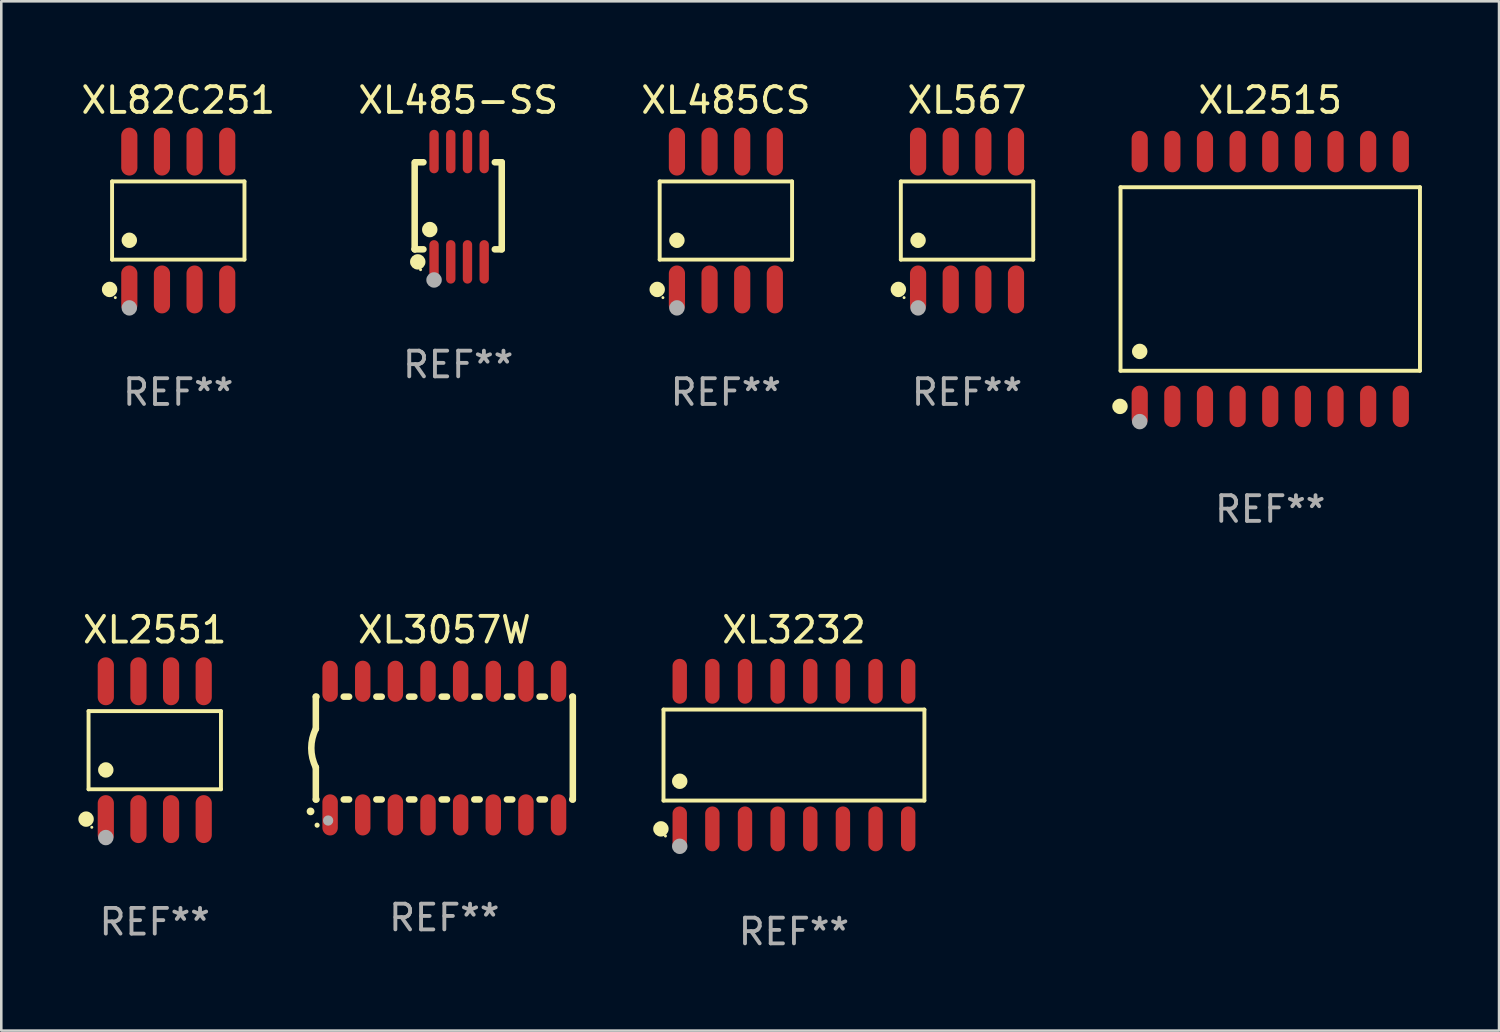
<source format=kicad_pcb>
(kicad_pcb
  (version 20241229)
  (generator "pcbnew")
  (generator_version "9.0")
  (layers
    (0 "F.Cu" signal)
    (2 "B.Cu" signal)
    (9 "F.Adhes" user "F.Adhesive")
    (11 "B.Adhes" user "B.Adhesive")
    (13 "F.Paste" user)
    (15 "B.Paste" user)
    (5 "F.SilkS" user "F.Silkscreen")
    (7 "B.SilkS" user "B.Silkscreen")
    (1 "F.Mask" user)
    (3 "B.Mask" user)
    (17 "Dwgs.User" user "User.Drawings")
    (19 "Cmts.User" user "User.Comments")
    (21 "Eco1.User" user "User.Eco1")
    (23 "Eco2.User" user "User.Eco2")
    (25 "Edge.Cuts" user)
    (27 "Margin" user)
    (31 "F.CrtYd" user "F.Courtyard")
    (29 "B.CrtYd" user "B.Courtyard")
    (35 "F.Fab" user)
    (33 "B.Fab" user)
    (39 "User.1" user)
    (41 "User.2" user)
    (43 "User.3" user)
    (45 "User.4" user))
  (footprint "XL82C251"
    (layer "F.Cu")
    (at 3.887 5.531)
    (property "Reference" "XL82C251" (at 0 -4.682 0) (layer "F.SilkS") (effects (font (size 1 1) (thickness 0.15))))
    (attr through_hole)
    (fp_line (start -2.576 -1.521) (end 2.576 -1.521) (stroke (width 0.152) (type solid)) (layer "F.SilkS"))
    (fp_line (start -2.576 1.521) (end -2.576 -1.521) (stroke (width 0.152) (type solid)) (layer "F.SilkS"))
    (fp_line (start 2.576 -1.521) (end 2.576 1.521) (stroke (width 0.152) (type solid)) (layer "F.SilkS"))
    (fp_line (start 2.576 1.521) (end -2.576 1.521) (stroke (width 0.152) (type solid)) (layer "F.SilkS"))
    (fp_circle (center -2.672 2.682) (end -2.522 2.682) (stroke (width 0.3) (type solid)) (fill no) (layer "F.SilkS"))
    (fp_circle (center -2.45 3) (end -2.42 3) (stroke (width 0.06) (type solid)) (fill no) (layer "F.SilkS"))
    (fp_circle (center -1.905 0.769) (end -1.755 0.769) (stroke (width 0.3) (type solid)) (fill no) (layer "F.SilkS"))
    (fp_circle (center -1.905 3.4) (end -1.755 3.4) (stroke (width 0.3) (type solid)) (fill no) (layer "F.Fab"))
    (fp_text user "REF**" (at 0 6.682 0) (layer "F.Fab") (effects (font (size 1 1) (thickness 0.15))))
    (pad "1" smd oval (at -1.905 2.682) (size 0.63 1.865) (layers "F.Cu" "F.Mask" "F.Paste"))
    (pad "2" smd oval (at -0.635 2.682) (size 0.63 1.865) (layers "F.Cu" "F.Mask" "F.Paste"))
    (pad "3" smd oval (at 0.635 2.682) (size 0.63 1.865) (layers "F.Cu" "F.Mask" "F.Paste"))
    (pad "4" smd oval (at 1.905 2.682) (size 0.63 1.865) (layers "F.Cu" "F.Mask" "F.Paste"))
    (pad "5" smd oval (at 1.905 -2.682) (size 0.63 1.865) (layers "F.Cu" "F.Mask" "F.Paste"))
    (pad "6" smd oval (at 0.635 -2.682) (size 0.63 1.865) (layers "F.Cu" "F.Mask" "F.Paste"))
    (pad "7" smd oval (at -0.635 -2.682) (size 0.63 1.865) (layers "F.Cu" "F.Mask" "F.Paste"))
    (pad "8" smd oval (at -1.905 -2.682) (size 0.63 1.865) (layers "F.Cu" "F.Mask" "F.Paste")))
  (footprint "XL2515"
    (layer "F.Cu")
    (at 46.379 7.806)
    (property "Reference" "XL2515" (at 0 -6.958 0) (layer "F.SilkS") (effects (font (size 1 1) (thickness 0.15))))
    (attr through_hole)
    (fp_line (start -5.826 -3.571) (end 5.826 -3.571) (stroke (width 0.152) (type solid)) (layer "F.SilkS"))
    (fp_line (start -5.826 3.571) (end -5.826 -3.571) (stroke (width 0.152) (type solid)) (layer "F.SilkS"))
    (fp_line (start 5.826 -3.571) (end 5.826 3.571) (stroke (width 0.152) (type solid)) (layer "F.SilkS"))
    (fp_line (start 5.826 3.571) (end -5.826 3.571) (stroke (width 0.152) (type solid)) (layer "F.SilkS"))
    (fp_circle (center -5.847 4.958) (end -5.697 4.958) (stroke (width 0.3) (type solid)) (fill no) (layer "F.SilkS"))
    (fp_circle (center -5.75 5.15) (end -5.72 5.15) (stroke (width 0.06) (type solid)) (fill no) (layer "F.SilkS"))
    (fp_circle (center -5.08 2.819) (end -4.93 2.819) (stroke (width 0.3) (type solid)) (fill no) (layer "F.SilkS"))
    (fp_circle (center -5.08 5.55) (end -4.93 5.55) (stroke (width 0.3) (type solid)) (fill no) (layer "F.Fab"))
    (fp_text user "REF**" (at 0 8.958 0) (layer "F.Fab") (effects (font (size 1 1) (thickness 0.15))))
    (pad "1" smd oval (at -5.08 4.958) (size 0.63 1.615) (layers "F.Cu" "F.Mask" "F.Paste"))
    (pad "2" smd oval (at -3.81 4.958) (size 0.63 1.615) (layers "F.Cu" "F.Mask" "F.Paste"))
    (pad "3" smd oval (at -2.54 4.958) (size 0.63 1.615) (layers "F.Cu" "F.Mask" "F.Paste"))
    (pad "4" smd oval (at -1.27 4.958) (size 0.63 1.615) (layers "F.Cu" "F.Mask" "F.Paste"))
    (pad "5" smd oval (at 0 4.958) (size 0.63 1.615) (layers "F.Cu" "F.Mask" "F.Paste"))
    (pad "6" smd oval (at 1.27 4.958) (size 0.63 1.615) (layers "F.Cu" "F.Mask" "F.Paste"))
    (pad "7" smd oval (at 2.54 4.958) (size 0.63 1.615) (layers "F.Cu" "F.Mask" "F.Paste"))
    (pad "8" smd oval (at 3.81 4.958) (size 0.63 1.615) (layers "F.Cu" "F.Mask" "F.Paste"))
    (pad "9" smd oval (at 5.08 4.958) (size 0.63 1.615) (layers "F.Cu" "F.Mask" "F.Paste"))
    (pad "10" smd oval (at 5.08 -4.958) (size 0.63 1.615) (layers "F.Cu" "F.Mask" "F.Paste"))
    (pad "11" smd oval (at 3.81 -4.958) (size 0.63 1.615) (layers "F.Cu" "F.Mask" "F.Paste"))
    (pad "12" smd oval (at 2.54 -4.958) (size 0.63 1.615) (layers "F.Cu" "F.Mask" "F.Paste"))
    (pad "13" smd oval (at 1.27 -4.958) (size 0.63 1.615) (layers "F.Cu" "F.Mask" "F.Paste"))
    (pad "14" smd oval (at 0 -4.958) (size 0.63 1.615) (layers "F.Cu" "F.Mask" "F.Paste"))
    (pad "15" smd oval (at -1.27 -4.958) (size 0.63 1.615) (layers "F.Cu" "F.Mask" "F.Paste"))
    (pad "16" smd oval (at -2.54 -4.958) (size 0.63 1.615) (layers "F.Cu" "F.Mask" "F.Paste"))
    (pad "17" smd oval (at -3.81 -4.958) (size 0.63 1.615) (layers "F.Cu" "F.Mask" "F.Paste"))
    (pad "18" smd oval (at -5.08 -4.958) (size 0.63 1.615) (layers "F.Cu" "F.Mask" "F.Paste")))
  (footprint "XL485-SS"
    (layer "F.Cu")
    (at 14.78 4.994)
    (property "Reference" "XL485-SS" (at 0 -4.146 0) (layer "F.SilkS") (effects (font (size 1 1) (thickness 0.15))))
    (attr through_hole)
    (fp_line (start -1.694 -1.724) (end -1.694 1.652) (stroke (width 0.254) (type solid)) (layer "F.SilkS"))
    (fp_line (start -1.694 1.652) (end -1.688 1.658) (stroke (width 0.254) (type solid)) (layer "F.SilkS"))
    (fp_line (start -1.688 1.658) (end -1.353 1.658) (stroke (width 0.254) (type solid)) (layer "F.SilkS"))
    (fp_line (start -1.661 -1.73) (end -1.681 -1.71) (stroke (width 0.254) (type solid)) (layer "F.SilkS"))
    (fp_line (start -1.353 -1.73) (end -1.661 -1.73) (stroke (width 0.254) (type solid)) (layer "F.SilkS"))
    (fp_line (start 1.424 1.658) (end 1.694 1.658) (stroke (width 0.254) (type solid)) (layer "F.SilkS"))
    (fp_line (start 1.694 -1.73) (end 1.424 -1.73) (stroke (width 0.254) (type solid)) (layer "F.SilkS"))
    (fp_line (start 1.694 1.658) (end 1.694 -1.73) (stroke (width 0.254) (type solid)) (layer "F.SilkS"))
    (fp_circle (center -1.574 2.146) (end -1.424 2.146) (stroke (width 0.3) (type solid)) (fill no) (layer "F.SilkS"))
    (fp_circle (center -1.464 2.45) (end -1.434 2.45) (stroke (width 0.06) (type solid)) (fill no) (layer "F.SilkS"))
    (fp_circle (center -1.107 0.889) (end -0.957 0.889) (stroke (width 0.3) (type solid)) (fill no) (layer "F.SilkS"))
    (fp_circle (center -0.94 2.85) (end -0.789 2.85) (stroke (width 0.3) (type solid)) (fill no) (layer "F.Fab"))
    (fp_text user "REF**" (at 0 6.146 0) (layer "F.Fab") (effects (font (size 1 1) (thickness 0.15))))
    (pad "1" smd oval (at -0.94 2.146) (size 0.364 1.692) (layers "F.Cu" "F.Mask" "F.Paste"))
    (pad "2" smd oval (at -0.289 2.146) (size 0.364 1.692) (layers "F.Cu" "F.Mask" "F.Paste"))
    (pad "3" smd oval (at 0.361 2.146) (size 0.364 1.692) (layers "F.Cu" "F.Mask" "F.Paste"))
    (pad "4" smd oval (at 1.011 2.146) (size 0.364 1.692) (layers "F.Cu" "F.Mask" "F.Paste"))
    (pad "5" smd oval (at 1.011 -2.146) (size 0.364 1.692) (layers "F.Cu" "F.Mask" "F.Paste"))
    (pad "6" smd oval (at 0.361 -2.146) (size 0.364 1.692) (layers "F.Cu" "F.Mask" "F.Paste"))
    (pad "7" smd oval (at -0.289 -2.146) (size 0.364 1.692) (layers "F.Cu" "F.Mask" "F.Paste"))
    (pad "8" smd oval (at -0.94 -2.146) (size 0.364 1.692) (layers "F.Cu" "F.Mask" "F.Paste")))
  (footprint "XL3057W"
    (layer "F.Cu")
    (at 14.24 26.06)
    (property "Reference" "XL3057W" (at 0 -4.6 0) (layer "F.SilkS") (effects (font (size 1 1) (thickness 0.15))))
    (attr through_hole)
    (fp_line (start -5 -2) (end -5 -0.75) (stroke (width 0.254) (type solid)) (layer "F.SilkS"))
    (fp_line (start -5 -2) (end -4.976 -2) (stroke (width 0.254) (type solid)) (layer "F.SilkS"))
    (fp_line (start -5 2) (end -5 0.75) (stroke (width 0.254) (type solid)) (layer "F.SilkS"))
    (fp_line (start -5 2) (end -4.976 2) (stroke (width 0.254) (type solid)) (layer "F.SilkS"))
    (fp_line (start -3.914 -2) (end -3.706 -2) (stroke (width 0.254) (type solid)) (layer "F.SilkS"))
    (fp_line (start -3.914 2) (end -3.706 2) (stroke (width 0.254) (type solid)) (layer "F.SilkS"))
    (fp_line (start -2.644 -2) (end -2.436 -2) (stroke (width 0.254) (type solid)) (layer "F.SilkS"))
    (fp_line (start -2.644 2) (end -2.436 2) (stroke (width 0.254) (type solid)) (layer "F.SilkS"))
    (fp_line (start -1.374 -2) (end -1.166 -2) (stroke (width 0.254) (type solid)) (layer "F.SilkS"))
    (fp_line (start -1.374 2) (end -1.166 2) (stroke (width 0.254) (type solid)) (layer "F.SilkS"))
    (fp_line (start -0.104 -2) (end 0.104 -2) (stroke (width 0.254) (type solid)) (layer "F.SilkS"))
    (fp_line (start -0.104 2) (end 0.104 2) (stroke (width 0.254) (type solid)) (layer "F.SilkS"))
    (fp_line (start 1.166 -2) (end 1.374 -2) (stroke (width 0.254) (type solid)) (layer "F.SilkS"))
    (fp_line (start 1.166 2) (end 1.374 2) (stroke (width 0.254) (type solid)) (layer "F.SilkS"))
    (fp_line (start 2.436 -2) (end 2.644 -2) (stroke (width 0.254) (type solid)) (layer "F.SilkS"))
    (fp_line (start 2.436 2) (end 2.644 2) (stroke (width 0.254) (type solid)) (layer "F.SilkS"))
    (fp_line (start 3.706 -2) (end 3.914 -2) (stroke (width 0.254) (type solid)) (layer "F.SilkS"))
    (fp_line (start 3.706 2) (end 3.914 2) (stroke (width 0.254) (type solid)) (layer "F.SilkS"))
    (fp_line (start 4.976 -2) (end 5 -2) (stroke (width 0.254) (type solid)) (layer "F.SilkS"))
    (fp_line (start 4.976 2) (end 5 2) (stroke (width 0.254) (type solid)) (layer "F.SilkS"))
    (fp_line (start 5 2) (end 5 -2) (stroke (width 0.254) (type solid)) (layer "F.SilkS"))
    (fp_arc (start -5.20701 2.46383) (mid -5.20574 2.463825) (end -5.20447 2.46383) (stroke (width 0.3) (type solid)) (layer "F.SilkS"))
    (fp_arc (start -5 0.751207) (mid -5.177192 0.00061) (end -5 -0.749987) (stroke (width 0.254001) (type solid)) (layer "F.SilkS"))
    (fp_circle (center -4.95 3) (end -4.9 3) (stroke (width 0.1) (type solid)) (fill no) (layer "F.SilkS"))
    (fp_circle (center -4.521 2.819) (end -4.421 2.819) (stroke (width 0.2) (type solid)) (fill no) (layer "F.Fab"))
    (fp_text user "REF**" (at 0 6.6 0) (layer "F.Fab") (effects (font (size 1 1) (thickness 0.15))))
    (pad "1" smd oval (at -4.445 2.6 180) (size 0.6 1.6) (layers "F.Cu" "F.Mask" "F.Paste"))
    (pad "2" smd oval (at -3.175 2.6 180) (size 0.6 1.6) (layers "F.Cu" "F.Mask" "F.Paste"))
    (pad "3" smd oval (at -1.905 2.6 180) (size 0.6 1.6) (layers "F.Cu" "F.Mask" "F.Paste"))
    (pad "4" smd oval (at -0.635 2.6 180) (size 0.6 1.6) (layers "F.Cu" "F.Mask" "F.Paste"))
    (pad "5" smd oval (at 0.635 2.6 180) (size 0.6 1.6) (layers "F.Cu" "F.Mask" "F.Paste"))
    (pad "6" smd oval (at 1.905 2.6 180) (size 0.6 1.6) (layers "F.Cu" "F.Mask" "F.Paste"))
    (pad "7" smd oval (at 3.175 2.6 180) (size 0.6 1.6) (layers "F.Cu" "F.Mask" "F.Paste"))
    (pad "8" smd oval (at 4.445 2.6 180) (size 0.6 1.6) (layers "F.Cu" "F.Mask" "F.Paste"))
    (pad "9" smd oval (at 4.445 -2.6 180) (size 0.6 1.6) (layers "F.Cu" "F.Mask" "F.Paste"))
    (pad "10" smd oval (at 3.175 -2.6 180) (size 0.6 1.6) (layers "F.Cu" "F.Mask" "F.Paste"))
    (pad "11" smd oval (at 1.905 -2.6 180) (size 0.6 1.6) (layers "F.Cu" "F.Mask" "F.Paste"))
    (pad "12" smd oval (at 0.635 -2.6 180) (size 0.6 1.6) (layers "F.Cu" "F.Mask" "F.Paste"))
    (pad "13" smd oval (at -0.635 -2.6 180) (size 0.6 1.6) (layers "F.Cu" "F.Mask" "F.Paste"))
    (pad "14" smd oval (at -1.905 -2.6 180) (size 0.6 1.6) (layers "F.Cu" "F.Mask" "F.Paste"))
    (pad "15" smd oval (at -3.175 -2.6 180) (size 0.6 1.6) (layers "F.Cu" "F.Mask" "F.Paste"))
    (pad "16" smd oval (at -4.445 -2.6 180) (size 0.6 1.6) (layers "F.Cu" "F.Mask" "F.Paste")))
  (footprint "XL567"
    (layer "F.Cu")
    (at 34.58 5.531)
    (property "Reference" "XL567" (at 0 -4.682 0) (layer "F.SilkS") (effects (font (size 1 1) (thickness 0.15))))
    (attr through_hole)
    (fp_line (start -2.576 -1.521) (end 2.576 -1.521) (stroke (width 0.152) (type solid)) (layer "F.SilkS"))
    (fp_line (start -2.576 1.521) (end -2.576 -1.521) (stroke (width 0.152) (type solid)) (layer "F.SilkS"))
    (fp_line (start 2.576 -1.521) (end 2.576 1.521) (stroke (width 0.152) (type solid)) (layer "F.SilkS"))
    (fp_line (start 2.576 1.521) (end -2.576 1.521) (stroke (width 0.152) (type solid)) (layer "F.SilkS"))
    (fp_circle (center -2.672 2.682) (end -2.522 2.682) (stroke (width 0.3) (type solid)) (fill no) (layer "F.SilkS"))
    (fp_circle (center -2.45 3) (end -2.42 3) (stroke (width 0.06) (type solid)) (fill no) (layer "F.SilkS"))
    (fp_circle (center -1.905 0.769) (end -1.755 0.769) (stroke (width 0.3) (type solid)) (fill no) (layer "F.SilkS"))
    (fp_circle (center -1.905 3.4) (end -1.755 3.4) (stroke (width 0.3) (type solid)) (fill no) (layer "F.Fab"))
    (fp_text user "REF**" (at 0 6.682 0) (layer "F.Fab") (effects (font (size 1 1) (thickness 0.15))))
    (pad "1" smd oval (at -1.905 2.682) (size 0.63 1.865) (layers "F.Cu" "F.Mask" "F.Paste"))
    (pad "2" smd oval (at -0.635 2.682) (size 0.63 1.865) (layers "F.Cu" "F.Mask" "F.Paste"))
    (pad "3" smd oval (at 0.635 2.682) (size 0.63 1.865) (layers "F.Cu" "F.Mask" "F.Paste"))
    (pad "4" smd oval (at 1.905 2.682) (size 0.63 1.865) (layers "F.Cu" "F.Mask" "F.Paste"))
    (pad "5" smd oval (at 1.905 -2.682) (size 0.63 1.865) (layers "F.Cu" "F.Mask" "F.Paste"))
    (pad "6" smd oval (at 0.635 -2.682) (size 0.63 1.865) (layers "F.Cu" "F.Mask" "F.Paste"))
    (pad "7" smd oval (at -0.635 -2.682) (size 0.63 1.865) (layers "F.Cu" "F.Mask" "F.Paste"))
    (pad "8" smd oval (at -1.905 -2.682) (size 0.63 1.865) (layers "F.Cu" "F.Mask" "F.Paste")))
  (footprint "XL2551"
    (layer "F.Cu")
    (at 2.972 26.142)
    (property "Reference" "XL2551" (at 0 -4.682 0) (layer "F.SilkS") (effects (font (size 1 1) (thickness 0.15))))
    (attr through_hole)
    (fp_line (start -2.576 -1.521) (end 2.576 -1.521) (stroke (width 0.152) (type solid)) (layer "F.SilkS"))
    (fp_line (start -2.576 1.521) (end -2.576 -1.521) (stroke (width 0.152) (type solid)) (layer "F.SilkS"))
    (fp_line (start 2.576 -1.521) (end 2.576 1.521) (stroke (width 0.152) (type solid)) (layer "F.SilkS"))
    (fp_line (start 2.576 1.521) (end -2.576 1.521) (stroke (width 0.152) (type solid)) (layer "F.SilkS"))
    (fp_circle (center -2.672 2.682) (end -2.522 2.682) (stroke (width 0.3) (type solid)) (fill no) (layer "F.SilkS"))
    (fp_circle (center -2.45 3) (end -2.42 3) (stroke (width 0.06) (type solid)) (fill no) (layer "F.SilkS"))
    (fp_circle (center -1.905 0.769) (end -1.755 0.769) (stroke (width 0.3) (type solid)) (fill no) (layer "F.SilkS"))
    (fp_circle (center -1.905 3.4) (end -1.755 3.4) (stroke (width 0.3) (type solid)) (fill no) (layer "F.Fab"))
    (fp_text user "REF**" (at 0 6.682 0) (layer "F.Fab") (effects (font (size 1 1) (thickness 0.15))))
    (pad "1" smd oval (at -1.905 2.682) (size 0.63 1.865) (layers "F.Cu" "F.Mask" "F.Paste"))
    (pad "2" smd oval (at -0.635 2.682) (size 0.63 1.865) (layers "F.Cu" "F.Mask" "F.Paste"))
    (pad "3" smd oval (at 0.635 2.682) (size 0.63 1.865) (layers "F.Cu" "F.Mask" "F.Paste"))
    (pad "4" smd oval (at 1.905 2.682) (size 0.63 1.865) (layers "F.Cu" "F.Mask" "F.Paste"))
    (pad "5" smd oval (at 1.905 -2.682) (size 0.63 1.865) (layers "F.Cu" "F.Mask" "F.Paste"))
    (pad "6" smd oval (at 0.635 -2.682) (size 0.63 1.865) (layers "F.Cu" "F.Mask" "F.Paste"))
    (pad "7" smd oval (at -0.635 -2.682) (size 0.63 1.865) (layers "F.Cu" "F.Mask" "F.Paste"))
    (pad "8" smd oval (at -1.905 -2.682) (size 0.63 1.865) (layers "F.Cu" "F.Mask" "F.Paste")))
  (footprint "XL485CS"
    (layer "F.Cu")
    (at 25.196 5.531)
    (property "Reference" "XL485CS" (at 0 -4.682 0) (layer "F.SilkS") (effects (font (size 1 1) (thickness 0.15))))
    (attr through_hole)
    (fp_line (start -2.576 -1.521) (end 2.576 -1.521) (stroke (width 0.152) (type solid)) (layer "F.SilkS"))
    (fp_line (start -2.576 1.521) (end -2.576 -1.521) (stroke (width 0.152) (type solid)) (layer "F.SilkS"))
    (fp_line (start 2.576 -1.521) (end 2.576 1.521) (stroke (width 0.152) (type solid)) (layer "F.SilkS"))
    (fp_line (start 2.576 1.521) (end -2.576 1.521) (stroke (width 0.152) (type solid)) (layer "F.SilkS"))
    (fp_circle (center -2.672 2.682) (end -2.522 2.682) (stroke (width 0.3) (type solid)) (fill no) (layer "F.SilkS"))
    (fp_circle (center -2.45 3) (end -2.42 3) (stroke (width 0.06) (type solid)) (fill no) (layer "F.SilkS"))
    (fp_circle (center -1.905 0.769) (end -1.755 0.769) (stroke (width 0.3) (type solid)) (fill no) (layer "F.SilkS"))
    (fp_circle (center -1.905 3.4) (end -1.755 3.4) (stroke (width 0.3) (type solid)) (fill no) (layer "F.Fab"))
    (fp_text user "REF**" (at 0 6.682 0) (layer "F.Fab") (effects (font (size 1 1) (thickness 0.15))))
    (pad "1" smd oval (at -1.905 2.682) (size 0.63 1.865) (layers "F.Cu" "F.Mask" "F.Paste"))
    (pad "2" smd oval (at -0.635 2.682) (size 0.63 1.865) (layers "F.Cu" "F.Mask" "F.Paste"))
    (pad "3" smd oval (at 0.635 2.682) (size 0.63 1.865) (layers "F.Cu" "F.Mask" "F.Paste"))
    (pad "4" smd oval (at 1.905 2.682) (size 0.63 1.865) (layers "F.Cu" "F.Mask" "F.Paste"))
    (pad "5" smd oval (at 1.905 -2.682) (size 0.63 1.865) (layers "F.Cu" "F.Mask" "F.Paste"))
    (pad "6" smd oval (at 0.635 -2.682) (size 0.63 1.865) (layers "F.Cu" "F.Mask" "F.Paste"))
    (pad "7" smd oval (at -0.635 -2.682) (size 0.63 1.865) (layers "F.Cu" "F.Mask" "F.Paste"))
    (pad "8" smd oval (at -1.905 -2.682) (size 0.63 1.865) (layers "F.Cu" "F.Mask" "F.Paste")))
  (footprint "XL3232"
    (layer "F.Cu")
    (at 27.845 26.332)
    (property "Reference" "XL3232" (at 0 -4.872 0) (layer "F.SilkS") (effects (font (size 1 1) (thickness 0.15))))
    (attr through_hole)
    (fp_line (start -5.076 -1.771) (end 5.076 -1.771) (stroke (width 0.152) (type solid)) (layer "F.SilkS"))
    (fp_line (start -5.076 1.771) (end -5.076 -1.771) (stroke (width 0.152) (type solid)) (layer "F.SilkS"))
    (fp_line (start 5.076 -1.771) (end 5.076 1.771) (stroke (width 0.152) (type solid)) (layer "F.SilkS"))
    (fp_line (start 5.076 1.771) (end -5.076 1.771) (stroke (width 0.152) (type solid)) (layer "F.SilkS"))
    (fp_circle (center -5.177 2.872) (end -5.027 2.872) (stroke (width 0.3) (type solid)) (fill no) (layer "F.SilkS"))
    (fp_circle (center -5 3.15) (end -4.97 3.15) (stroke (width 0.06) (type solid)) (fill no) (layer "F.SilkS"))
    (fp_circle (center -4.445 1.019) (end -4.295 1.019) (stroke (width 0.3) (type solid)) (fill no) (layer "F.SilkS"))
    (fp_circle (center -4.445 3.55) (end -4.295 3.55) (stroke (width 0.3) (type solid)) (fill no) (layer "F.Fab"))
    (fp_text user "REF**" (at 0 6.872 0) (layer "F.Fab") (effects (font (size 1 1) (thickness 0.15))))
    (pad "1" smd oval (at -4.445 2.872) (size 0.56 1.745) (layers "F.Cu" "F.Mask" "F.Paste"))
    (pad "2" smd oval (at -3.175 2.872) (size 0.56 1.745) (layers "F.Cu" "F.Mask" "F.Paste"))
    (pad "3" smd oval (at -1.905 2.872) (size 0.56 1.745) (layers "F.Cu" "F.Mask" "F.Paste"))
    (pad "4" smd oval (at -0.635 2.872) (size 0.56 1.745) (layers "F.Cu" "F.Mask" "F.Paste"))
    (pad "5" smd oval (at 0.635 2.872) (size 0.56 1.745) (layers "F.Cu" "F.Mask" "F.Paste"))
    (pad "6" smd oval (at 1.905 2.872) (size 0.56 1.745) (layers "F.Cu" "F.Mask" "F.Paste"))
    (pad "7" smd oval (at 3.175 2.872) (size 0.56 1.745) (layers "F.Cu" "F.Mask" "F.Paste"))
    (pad "8" smd oval (at 4.445 2.872) (size 0.56 1.745) (layers "F.Cu" "F.Mask" "F.Paste"))
    (pad "9" smd oval (at 4.445 -2.872) (size 0.56 1.745) (layers "F.Cu" "F.Mask" "F.Paste"))
    (pad "10" smd oval (at 3.175 -2.872) (size 0.56 1.745) (layers "F.Cu" "F.Mask" "F.Paste"))
    (pad "11" smd oval (at 1.905 -2.872) (size 0.56 1.745) (layers "F.Cu" "F.Mask" "F.Paste"))
    (pad "12" smd oval (at 0.635 -2.872) (size 0.56 1.745) (layers "F.Cu" "F.Mask" "F.Paste"))
    (pad "13" smd oval (at -0.635 -2.872) (size 0.56 1.745) (layers "F.Cu" "F.Mask" "F.Paste"))
    (pad "14" smd oval (at -1.905 -2.872) (size 0.56 1.745) (layers "F.Cu" "F.Mask" "F.Paste"))
    (pad "15" smd oval (at -3.175 -2.872) (size 0.56 1.745) (layers "F.Cu" "F.Mask" "F.Paste"))
    (pad "16" smd oval (at -4.445 -2.872) (size 0.56 1.745) (layers "F.Cu" "F.Mask" "F.Paste")))
  (gr_rect
    (start -3 -3)
    (end 55.282 37.053)
    (stroke (width 0.1) (type default))
    (fill no)
    (layer "Edge.Cuts")))
</source>
